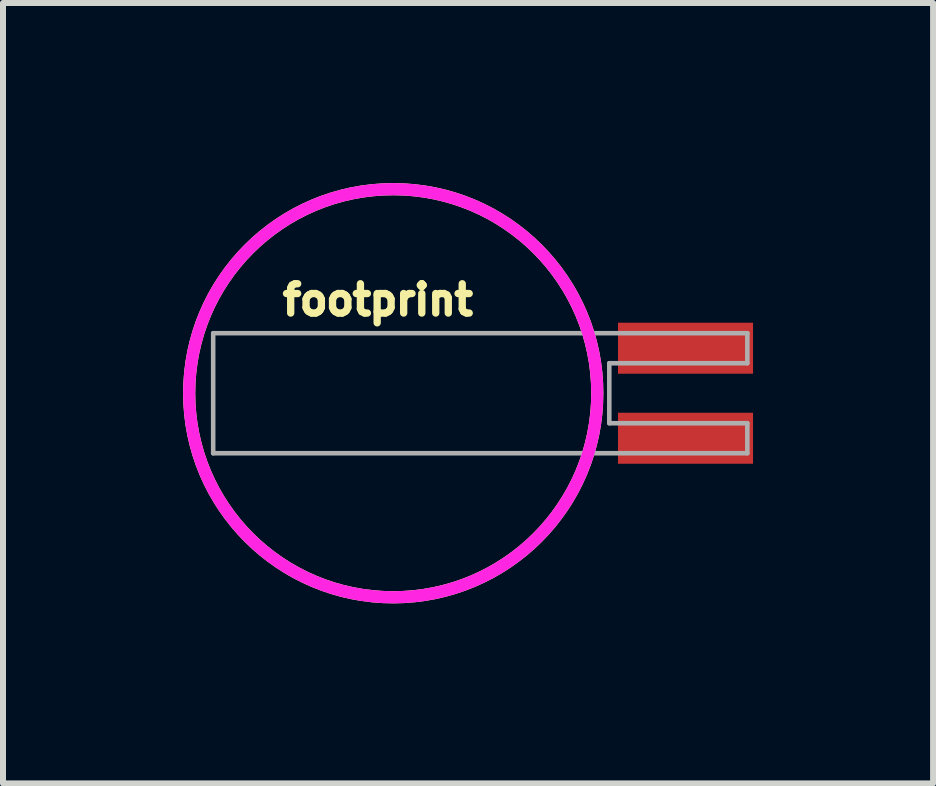
<source format=kicad_pcb>
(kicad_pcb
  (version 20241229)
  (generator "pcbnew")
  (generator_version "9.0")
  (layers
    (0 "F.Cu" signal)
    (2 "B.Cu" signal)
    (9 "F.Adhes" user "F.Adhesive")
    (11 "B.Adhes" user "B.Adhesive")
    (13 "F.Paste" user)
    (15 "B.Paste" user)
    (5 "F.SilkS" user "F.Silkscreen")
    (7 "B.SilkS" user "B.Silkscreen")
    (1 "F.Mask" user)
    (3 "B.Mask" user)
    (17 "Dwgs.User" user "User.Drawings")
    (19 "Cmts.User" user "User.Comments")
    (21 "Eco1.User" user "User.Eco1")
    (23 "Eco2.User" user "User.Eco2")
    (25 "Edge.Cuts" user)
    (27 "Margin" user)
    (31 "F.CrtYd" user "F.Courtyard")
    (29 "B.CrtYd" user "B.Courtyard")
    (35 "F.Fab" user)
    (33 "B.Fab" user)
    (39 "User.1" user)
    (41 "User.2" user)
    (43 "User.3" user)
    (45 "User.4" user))
  (footprint "footprint"
    (layer "F.Cu")
    (at 3.502 3.502)
    (property "Reference" "footprint" (at -1.905 -1.27 0) (layer "F.SilkS") (effects (font (size 0.488 0.488) (thickness 0.122)) (justify left bottom)))
    (fp_circle (center 0 0) (end 3.4 0) (stroke (width 0.203) (type solid)) (fill no) (layer "F.SilkS"))
    (fp_circle (center 0 0) (end 3.4 0) (stroke (width 0.203) (type solid)) (fill no) (layer "F.CrtYd"))
    (fp_line (start -3 -1) (end -3 1) (stroke (width 0.076) (type solid)) (layer "F.Fab"))
    (fp_line (start -3 1) (end 5.9 1) (stroke (width 0.076) (type solid)) (layer "F.Fab"))
    (fp_line (start 3.6 0.5) (end 3.6 -0.5) (stroke (width 0.076) (type solid)) (layer "F.Fab"))
    (fp_line (start 3.6 0.5) (end 5.9 0.5) (stroke (width 0.076) (type solid)) (layer "F.Fab"))
    (fp_line (start 5.9 -1) (end -3 -1) (stroke (width 0.076) (type solid)) (layer "F.Fab"))
    (fp_line (start 5.9 -1) (end 5.9 -0.5) (stroke (width 0.076) (type solid)) (layer "F.Fab"))
    (fp_line (start 5.9 -0.5) (end 3.6 -0.5) (stroke (width 0.076) (type solid)) (layer "F.Fab"))
    (fp_line (start 5.9 0.5) (end 5.9 1) (stroke (width 0.076) (type solid)) (layer "F.Fab"))
    (pad "+" smd rect (at 4.87 -0.75 180) (size 2.25 0.85) (layers "F.Cu" "F.Mask" "F.Paste"))
    (pad "-" smd rect (at 4.87 0.75 180) (size 2.25 0.85) (layers "F.Cu" "F.Mask" "F.Paste")))
  (gr_rect
    (start -3 -3)
    (end 12.497 10.003)
    (stroke (width 0.1) (type default))
    (fill no)
    (layer "Edge.Cuts")))
</source>
